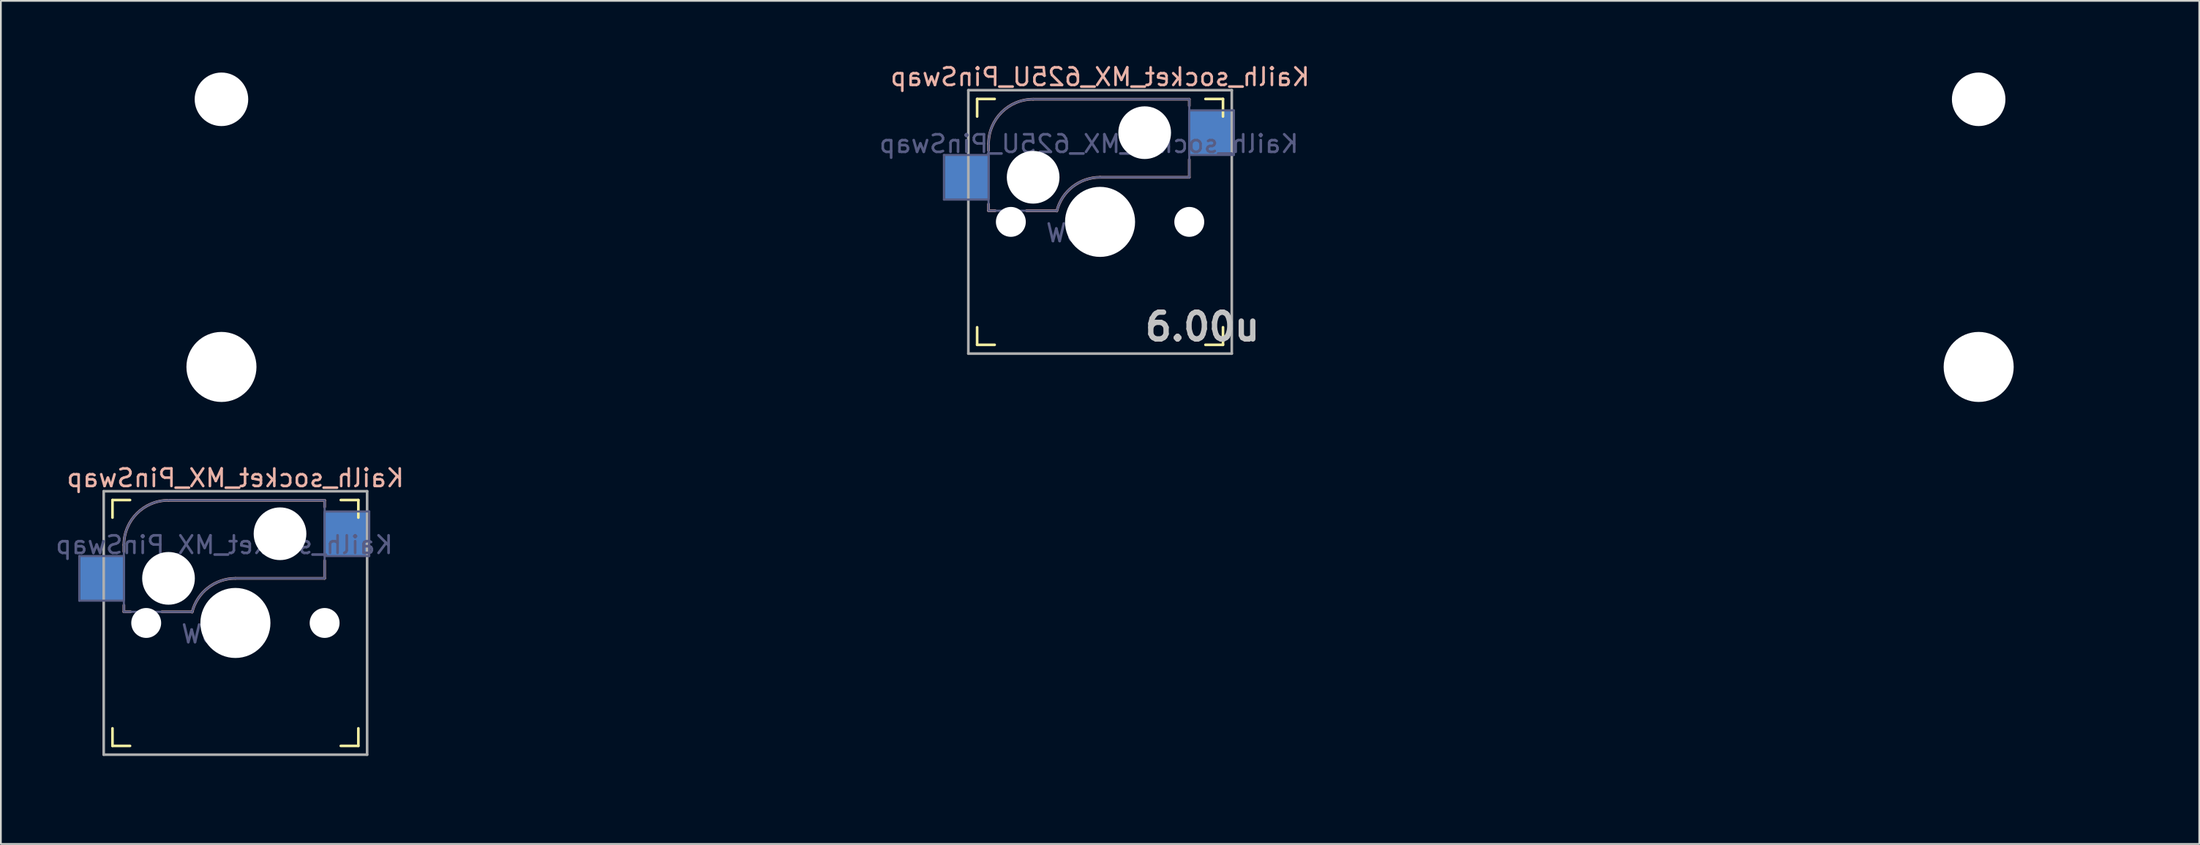
<source format=kicad_pcb>
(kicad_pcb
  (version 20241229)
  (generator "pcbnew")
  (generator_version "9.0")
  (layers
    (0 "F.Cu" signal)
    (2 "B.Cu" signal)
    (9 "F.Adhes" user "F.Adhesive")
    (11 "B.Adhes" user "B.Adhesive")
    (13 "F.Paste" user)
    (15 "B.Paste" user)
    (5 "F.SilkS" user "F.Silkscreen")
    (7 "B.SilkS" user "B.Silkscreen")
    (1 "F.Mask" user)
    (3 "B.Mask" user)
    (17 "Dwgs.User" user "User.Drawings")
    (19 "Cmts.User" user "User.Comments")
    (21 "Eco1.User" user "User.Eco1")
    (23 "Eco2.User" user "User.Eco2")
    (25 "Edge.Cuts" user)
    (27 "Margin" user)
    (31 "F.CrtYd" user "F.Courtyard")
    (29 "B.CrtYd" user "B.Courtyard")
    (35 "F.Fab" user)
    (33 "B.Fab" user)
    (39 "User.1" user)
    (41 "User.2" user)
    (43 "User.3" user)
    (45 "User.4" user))
  (footprint "Kailh_socket_MX_625U_PinSwap"
    (layer "F.Cu")
    (at 59.59 9.585)
    (property "Reference" "Kailh_socket_MX_625U_PinSwap" (at 0 -8.255 0) (layer "B.SilkS") (effects (font (size 1 1) (thickness 0.15)) (justify mirror)))
    (property "Value" "KEYSW" (at 0 8.255 0) (layer "F.Fab") (hide yes) (effects (font (size 1 1) (thickness 0.15))))
    (attr smd)
    (fp_line (start -7 -6) (end -7 -7) (stroke (width 0.15) (type solid)) (layer "F.SilkS"))
    (fp_line (start -7 7) (end -7 6) (stroke (width 0.15) (type solid)) (layer "F.SilkS"))
    (fp_line (start -7 7) (end -6 7) (stroke (width 0.15) (type solid)) (layer "F.SilkS"))
    (fp_line (start -6 -7) (end -7 -7) (stroke (width 0.15) (type solid)) (layer "F.SilkS"))
    (fp_line (start 6 7) (end 7 7) (stroke (width 0.15) (type solid)) (layer "F.SilkS"))
    (fp_line (start 7 -7) (end 6 -7) (stroke (width 0.15) (type solid)) (layer "F.SilkS"))
    (fp_line (start 7 -7) (end 7 -6) (stroke (width 0.15) (type solid)) (layer "F.SilkS"))
    (fp_line (start 7 6) (end 7 7) (stroke (width 0.15) (type solid)) (layer "F.SilkS"))
    (fp_line (start -6.35 -4.445) (end -6.35 -4.064) (stroke (width 0.15) (type solid)) (layer "B.SilkS"))
    (fp_line (start -6.35 -1.016) (end -6.35 -0.635) (stroke (width 0.15) (type solid)) (layer "B.SilkS"))
    (fp_line (start -5.969 -0.635) (end -6.35 -0.635) (stroke (width 0.15) (type solid)) (layer "B.SilkS"))
    (fp_line (start -3.81 -6.985) (end 5.08 -6.985) (stroke (width 0.15) (type solid)) (layer "B.SilkS"))
    (fp_line (start -2.464 -0.635) (end -4.191 -0.635) (stroke (width 0.15) (type solid)) (layer "B.SilkS"))
    (fp_line (start 5.08 -6.985) (end 5.08 -6.604) (stroke (width 0.15) (type solid)) (layer "B.SilkS"))
    (fp_line (start 5.08 -3.556) (end 5.08 -2.54) (stroke (width 0.15) (type solid)) (layer "B.SilkS"))
    (fp_line (start 5.08 -2.54) (end 0 -2.54) (stroke (width 0.15) (type solid)) (layer "B.SilkS"))
    (fp_arc (start -6.35 -4.445) (mid -5.606051 -6.241051) (end -3.81 -6.985) (stroke (width 0.15) (type solid)) (layer "B.SilkS"))
    (fp_arc (start -2.464162 -0.61604) (mid -1.563147 -2.002042) (end 0 -2.54) (stroke (width 0.15) (type solid)) (layer "B.SilkS"))
    (fp_line (start -6.9 6.9) (end -6.9 -6.9) (stroke (width 0.15) (type solid)) (layer "Eco2.User"))
    (fp_line (start -6.9 6.9) (end 6.9 6.9) (stroke (width 0.15) (type solid)) (layer "Eco2.User"))
    (fp_line (start 6.9 -6.9) (end -6.9 -6.9) (stroke (width 0.15) (type solid)) (layer "Eco2.User"))
    (fp_line (start 6.9 -6.9) (end 6.9 6.9) (stroke (width 0.15) (type solid)) (layer "Eco2.User"))
    (fp_line (start -8.89 -3.81) (end -6.35 -3.81) (stroke (width 0.12) (type solid)) (layer "B.Fab"))
    (fp_line (start -8.89 -1.27) (end -8.89 -3.81) (stroke (width 0.12) (type solid)) (layer "B.Fab"))
    (fp_line (start -6.35 -1.27) (end -8.89 -1.27) (stroke (width 0.12) (type solid)) (layer "B.Fab"))
    (fp_line (start -6.35 -0.635) (end -6.35 -4.445) (stroke (width 0.12) (type solid)) (layer "B.Fab"))
    (fp_line (start -6.35 -0.635) (end -2.54 -0.635) (stroke (width 0.12) (type solid)) (layer "B.Fab"))
    (fp_line (start -3.81 -6.985) (end 5.08 -6.985) (stroke (width 0.12) (type solid)) (layer "B.Fab"))
    (fp_line (start 5.08 -6.985) (end 5.08 -2.54) (stroke (width 0.12) (type solid)) (layer "B.Fab"))
    (fp_line (start 5.08 -6.35) (end 7.62 -6.35) (stroke (width 0.12) (type solid)) (layer "B.Fab"))
    (fp_line (start 5.08 -2.54) (end 0 -2.54) (stroke (width 0.12) (type solid)) (layer "B.Fab"))
    (fp_line (start 7.62 -6.35) (end 7.62 -3.81) (stroke (width 0.12) (type solid)) (layer "B.Fab"))
    (fp_line (start 7.62 -3.81) (end 5.08 -3.81) (stroke (width 0.12) (type solid)) (layer "B.Fab"))
    (fp_arc (start -6.35 -4.445) (mid -5.606051 -6.241051) (end -3.81 -6.985) (stroke (width 0.12) (type solid)) (layer "B.Fab"))
    (fp_arc (start -2.464162 -0.61604) (mid -1.563147 -2.002042) (end 0 -2.54) (stroke (width 0.12) (type solid)) (layer "B.Fab"))
    (fp_line (start -7.5 -7.5) (end 7.5 -7.5) (stroke (width 0.15) (type solid)) (layer "F.Fab"))
    (fp_line (start -7.5 7.5) (end -7.5 -7.5) (stroke (width 0.15) (type solid)) (layer "F.Fab"))
    (fp_line (start 7.5 -7.5) (end 7.5 7.5) (stroke (width 0.15) (type solid)) (layer "F.Fab"))
    (fp_line (start 7.5 7.5) (end -7.5 7.5) (stroke (width 0.15) (type solid)) (layer "F.Fab"))
    (fp_line (start -59.53 -9.525) (end 59.53 -9.525) (stroke (width 0.12) (type solid)) (layer "User.2"))
    (fp_line (start -59.53 9.525) (end -59.53 -9.525) (stroke (width 0.12) (type solid)) (layer "User.2"))
    (fp_line (start -59.53 9.525) (end 59.53 9.53) (stroke (width 0.12) (type solid)) (layer "User.2"))
    (fp_line (start -9.525 -9.525) (end 9.525 -9.525) (stroke (width 0.12) (type solid)) (layer "User.2"))
    (fp_line (start 59.53 9.525) (end 59.53 -9.525) (stroke (width 0.12) (type solid)) (layer "User.2"))
    (fp_text user "6.00u" (at 5.828 5.976 0) (layer "Dwgs.User") (effects (font (size 1.524 1.524) (thickness 0.305))))
    (fp_text user "${REFERENCE}" (at -0.635 -4.445 0) (layer "B.Fab") (effects (font (size 1 1) (thickness 0.15)) (justify mirror)))
    (fp_text user "${VALUE}" (at -0.635 0.635 0) (layer "B.Fab") (effects (font (size 1 1) (thickness 0.15)) (justify mirror)))
    (pad "" np_thru_hole circle (at -50.03 -6.98) (size 3.048 3.048) (drill 3.048) (layers "*.Cu" "*.Mask"))
    (pad "" np_thru_hole circle (at -50.03 8.26) (size 3.988 3.988) (drill 3.988) (layers "*.Cu" "*.Mask"))
    (pad "" np_thru_hole circle (at -5.08 0) (size 1.702 1.702) (drill 1.702) (layers "*.Cu" "*.Mask"))
    (pad "" np_thru_hole circle (at -3.81 -2.54) (size 3 3) (drill 3) (layers "*.Cu" "*.Mask"))
    (pad "" np_thru_hole circle (at 0 0) (size 3.988 3.988) (drill 3.988) (layers "*.Cu" "*.Mask"))
    (pad "" np_thru_hole circle (at 2.54 -5.08) (size 3 3) (drill 3) (layers "*.Cu" "*.Mask"))
    (pad "" np_thru_hole circle (at 5.08 0) (size 1.702 1.702) (drill 1.702) (layers "*.Cu" "*.Mask"))
    (pad "" np_thru_hole circle (at 50.03 -6.98) (size 3.048 3.048) (drill 3.048) (layers "*.Cu" "*.Mask"))
    (pad "" np_thru_hole circle (at 50.03 8.26) (size 3.988 3.988) (drill 3.988) (layers "*.Cu" "*.Mask"))
    (pad "1" smd rect (at -7.56 -2.54) (size 2.55 2.5) (layers "B.Cu" "B.Mask" "B.Paste"))
    (pad "2" smd rect (at 6.29 -5.08) (size 2.55 2.5) (layers "B.Cu" "B.Mask" "B.Paste")))
  (footprint "Kailh_socket_MX_PinSwap"
    (layer "F.Cu")
    (at 10.355 32.424)
    (property "Reference" "Kailh_socket_MX_PinSwap" (at 0 -8.255 0) (layer "B.SilkS") (effects (font (size 1 1) (thickness 0.15)) (justify mirror)))
    (property "Value" "KEYSW" (at 0 8.255 0) (layer "F.Fab") (hide yes) (effects (font (size 1 1) (thickness 0.15))))
    (attr smd)
    (fp_line (start -7 -6) (end -7 -7) (stroke (width 0.15) (type solid)) (layer "F.SilkS"))
    (fp_line (start -7 7) (end -7 6) (stroke (width 0.15) (type solid)) (layer "F.SilkS"))
    (fp_line (start -7 7) (end -6 7) (stroke (width 0.15) (type solid)) (layer "F.SilkS"))
    (fp_line (start -6 -7) (end -7 -7) (stroke (width 0.15) (type solid)) (layer "F.SilkS"))
    (fp_line (start 6 7) (end 7 7) (stroke (width 0.15) (type solid)) (layer "F.SilkS"))
    (fp_line (start 7 -7) (end 6 -7) (stroke (width 0.15) (type solid)) (layer "F.SilkS"))
    (fp_line (start 7 -7) (end 7 -6) (stroke (width 0.15) (type solid)) (layer "F.SilkS"))
    (fp_line (start 7 6) (end 7 7) (stroke (width 0.15) (type solid)) (layer "F.SilkS"))
    (fp_line (start -6.35 -4.445) (end -6.35 -4.064) (stroke (width 0.15) (type solid)) (layer "B.SilkS"))
    (fp_line (start -6.35 -1.016) (end -6.35 -0.635) (stroke (width 0.15) (type solid)) (layer "B.SilkS"))
    (fp_line (start -5.969 -0.635) (end -6.35 -0.635) (stroke (width 0.15) (type solid)) (layer "B.SilkS"))
    (fp_line (start -3.81 -6.985) (end 5.08 -6.985) (stroke (width 0.15) (type solid)) (layer "B.SilkS"))
    (fp_line (start -2.464 -0.635) (end -4.191 -0.635) (stroke (width 0.15) (type solid)) (layer "B.SilkS"))
    (fp_line (start 5.08 -6.985) (end 5.08 -6.604) (stroke (width 0.15) (type solid)) (layer "B.SilkS"))
    (fp_line (start 5.08 -3.556) (end 5.08 -2.54) (stroke (width 0.15) (type solid)) (layer "B.SilkS"))
    (fp_line (start 5.08 -2.54) (end 0 -2.54) (stroke (width 0.15) (type solid)) (layer "B.SilkS"))
    (fp_arc (start -6.35 -4.445) (mid -5.606051 -6.241051) (end -3.81 -6.985) (stroke (width 0.15) (type solid)) (layer "B.SilkS"))
    (fp_arc (start -2.464162 -0.61604) (mid -1.563147 -2.002042) (end 0 -2.54) (stroke (width 0.15) (type solid)) (layer "B.SilkS"))
    (fp_line (start -6.9 6.9) (end -6.9 -6.9) (stroke (width 0.15) (type solid)) (layer "Eco2.User"))
    (fp_line (start -6.9 6.9) (end 6.9 6.9) (stroke (width 0.15) (type solid)) (layer "Eco2.User"))
    (fp_line (start 6.9 -6.9) (end -6.9 -6.9) (stroke (width 0.15) (type solid)) (layer "Eco2.User"))
    (fp_line (start 6.9 -6.9) (end 6.9 6.9) (stroke (width 0.15) (type solid)) (layer "Eco2.User"))
    (fp_line (start -8.89 -3.81) (end -6.35 -3.81) (stroke (width 0.12) (type solid)) (layer "B.Fab"))
    (fp_line (start -8.89 -1.27) (end -8.89 -3.81) (stroke (width 0.12) (type solid)) (layer "B.Fab"))
    (fp_line (start -6.35 -1.27) (end -8.89 -1.27) (stroke (width 0.12) (type solid)) (layer "B.Fab"))
    (fp_line (start -6.35 -0.635) (end -6.35 -4.445) (stroke (width 0.12) (type solid)) (layer "B.Fab"))
    (fp_line (start -6.35 -0.635) (end -2.54 -0.635) (stroke (width 0.12) (type solid)) (layer "B.Fab"))
    (fp_line (start -3.81 -6.985) (end 5.08 -6.985) (stroke (width 0.12) (type solid)) (layer "B.Fab"))
    (fp_line (start 5.08 -6.985) (end 5.08 -2.54) (stroke (width 0.12) (type solid)) (layer "B.Fab"))
    (fp_line (start 5.08 -6.35) (end 7.62 -6.35) (stroke (width 0.12) (type solid)) (layer "B.Fab"))
    (fp_line (start 5.08 -2.54) (end 0 -2.54) (stroke (width 0.12) (type solid)) (layer "B.Fab"))
    (fp_line (start 7.62 -6.35) (end 7.62 -3.81) (stroke (width 0.12) (type solid)) (layer "B.Fab"))
    (fp_line (start 7.62 -3.81) (end 5.08 -3.81) (stroke (width 0.12) (type solid)) (layer "B.Fab"))
    (fp_arc (start -6.35 -4.445) (mid -5.606051 -6.241051) (end -3.81 -6.985) (stroke (width 0.12) (type solid)) (layer "B.Fab"))
    (fp_arc (start -2.464162 -0.61604) (mid -1.563147 -2.002042) (end 0 -2.54) (stroke (width 0.12) (type solid)) (layer "B.Fab"))
    (fp_line (start -7.5 -7.5) (end 7.5 -7.5) (stroke (width 0.15) (type solid)) (layer "F.Fab"))
    (fp_line (start -7.5 7.5) (end -7.5 -7.5) (stroke (width 0.15) (type solid)) (layer "F.Fab"))
    (fp_line (start 7.5 -7.5) (end 7.5 7.5) (stroke (width 0.15) (type solid)) (layer "F.Fab"))
    (fp_line (start 7.5 7.5) (end -7.5 7.5) (stroke (width 0.15) (type solid)) (layer "F.Fab"))
    (fp_line (start -9.525 -9.525) (end 9.525 -9.525) (stroke (width 0.12) (type solid)) (layer "User.2"))
    (fp_line (start -9.525 9.525) (end -9.525 -9.525) (stroke (width 0.12) (type solid)) (layer "User.2"))
    (fp_line (start 9.525 9.525) (end -9.525 9.525) (stroke (width 0.12) (type solid)) (layer "User.2"))
    (fp_line (start 9.525 9.525) (end 9.525 -9.525) (stroke (width 0.12) (type solid)) (layer "User.2"))
    (fp_text user "${VALUE}" (at -0.635 0.635 0) (layer "B.Fab") (effects (font (size 1 1) (thickness 0.15)) (justify mirror)))
    (fp_text user "${REFERENCE}" (at -0.635 -4.445 0) (layer "B.Fab") (effects (font (size 1 1) (thickness 0.15)) (justify mirror)))
    (pad "" np_thru_hole circle (at -5.08 0) (size 1.702 1.702) (drill 1.702) (layers "*.Cu" "*.Mask"))
    (pad "" np_thru_hole circle (at -3.81 -2.54) (size 3 3) (drill 3) (layers "*.Cu" "*.Mask"))
    (pad "" np_thru_hole circle (at 0 0) (size 3.988 3.988) (drill 3.988) (layers "*.Cu" "*.Mask"))
    (pad "" np_thru_hole circle (at 2.54 -5.08) (size 3 3) (drill 3) (layers "*.Cu" "*.Mask"))
    (pad "" np_thru_hole circle (at 5.08 0) (size 1.702 1.702) (drill 1.702) (layers "*.Cu" "*.Mask"))
    (pad "1" smd rect (at -7.56 -2.54) (size 2.55 2.5) (layers "B.Cu" "B.Mask" "B.Paste"))
    (pad "2" smd rect (at 6.29 -5.08) (size 2.55 2.5) (layers "B.Cu" "B.Mask" "B.Paste")))
  (gr_rect
    (start -3 -3)
    (end 122.18 45.009)
    (stroke (width 0.1) (type default))
    (fill no)
    (layer "Edge.Cuts")))
</source>
